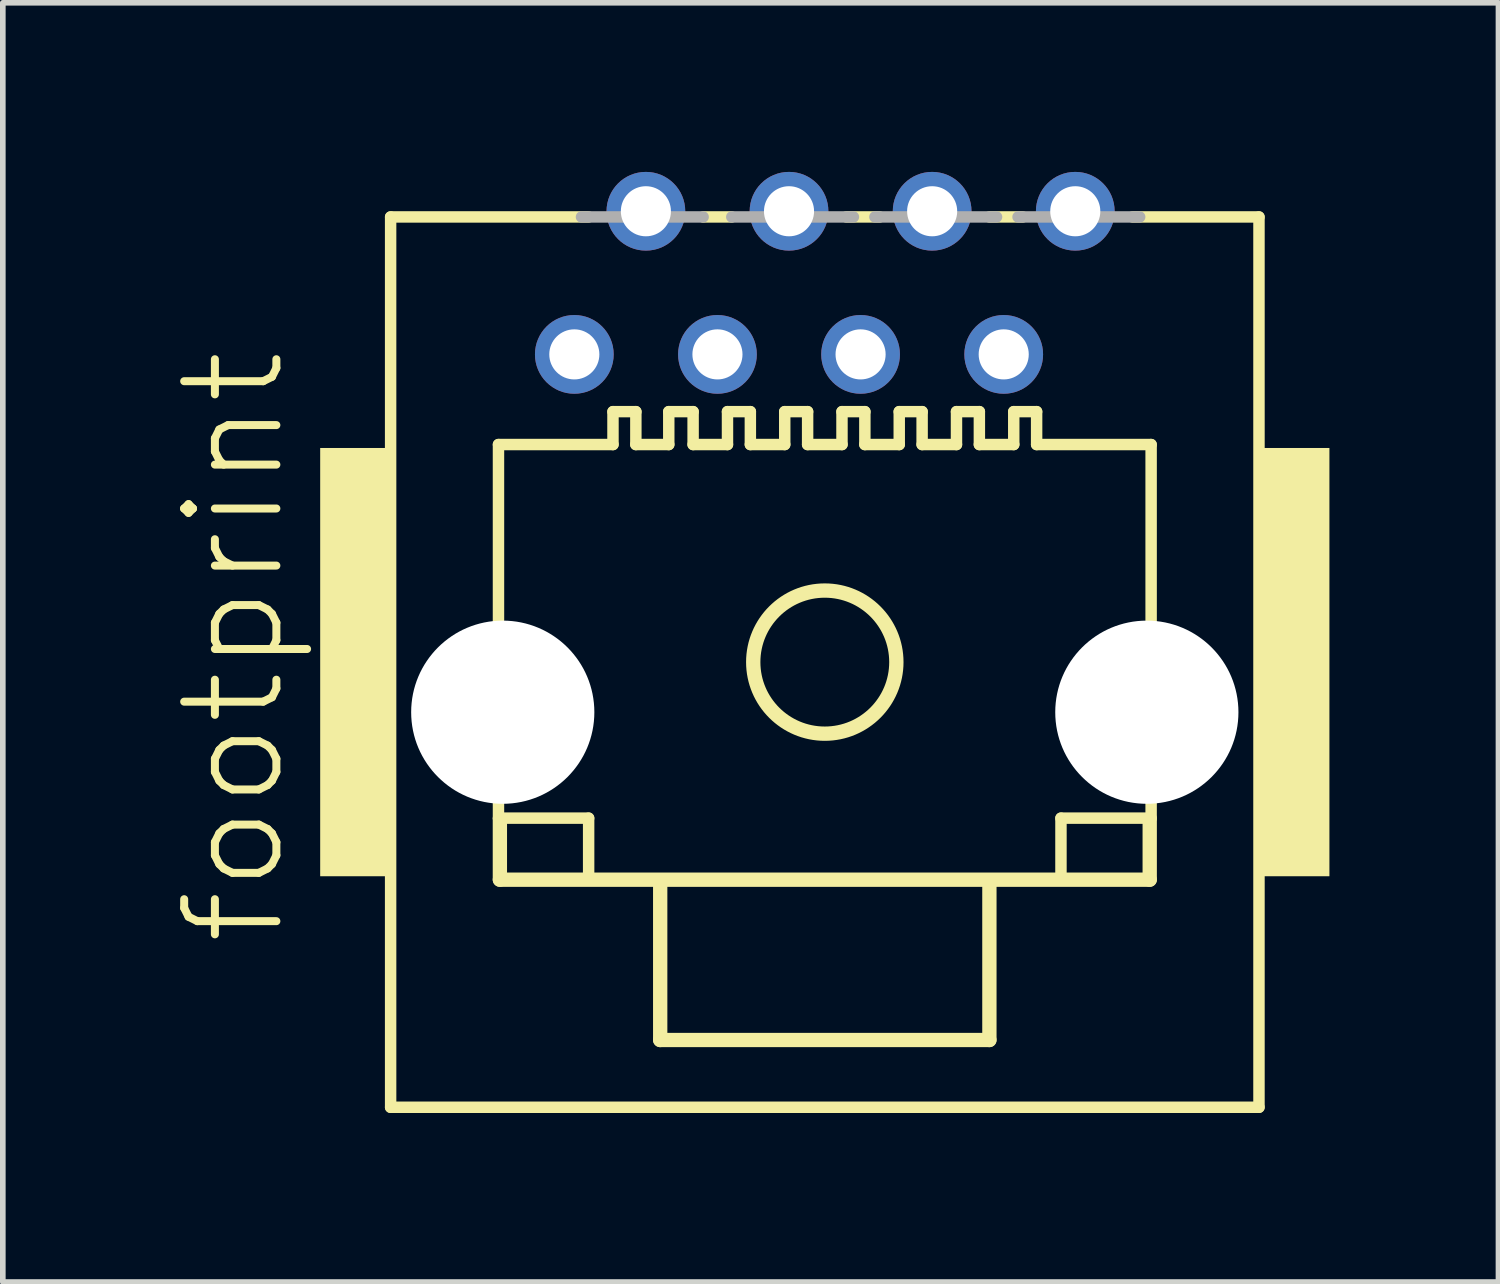
<source format=kicad_pcb>
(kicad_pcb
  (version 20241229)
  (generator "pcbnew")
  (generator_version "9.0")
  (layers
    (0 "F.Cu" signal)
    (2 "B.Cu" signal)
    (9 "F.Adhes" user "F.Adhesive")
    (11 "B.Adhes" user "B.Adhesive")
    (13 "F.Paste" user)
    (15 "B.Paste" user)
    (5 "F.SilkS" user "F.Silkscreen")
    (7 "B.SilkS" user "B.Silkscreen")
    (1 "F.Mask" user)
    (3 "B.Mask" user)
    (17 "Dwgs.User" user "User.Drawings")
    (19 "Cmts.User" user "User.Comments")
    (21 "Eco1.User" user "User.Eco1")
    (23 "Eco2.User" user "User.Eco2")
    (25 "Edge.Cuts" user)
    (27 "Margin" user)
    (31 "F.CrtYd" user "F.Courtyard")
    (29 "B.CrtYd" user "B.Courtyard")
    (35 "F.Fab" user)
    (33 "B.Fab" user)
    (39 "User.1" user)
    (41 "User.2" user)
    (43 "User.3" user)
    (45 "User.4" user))
  (footprint "footprint"
    (layer "F.Cu")
    (at 11.587 8.7)
    (property "Reference" "footprint" (at -9.525 5.08 90) (layer "F.SilkS") (effects (font (size 1.636 1.636) (thickness 0.142)) (justify left bottom)))
    (fp_line (start -7.705 -7.9) (end -7.705 7.9) (stroke (width 0.203) (type solid)) (layer "F.SilkS"))
    (fp_line (start -7.705 7.9) (end 7.705 7.9) (stroke (width 0.203) (type solid)) (layer "F.SilkS"))
    (fp_line (start -5.791 -3.861) (end -5.791 2.769) (stroke (width 0.203) (type solid)) (layer "F.SilkS"))
    (fp_line (start -5.791 2.769) (end -4.191 2.769) (stroke (width 0.203) (type solid)) (layer "F.SilkS"))
    (fp_line (start -5.766 3.861) (end -5.766 2.794) (stroke (width 0.254) (type solid)) (layer "F.SilkS"))
    (fp_line (start -4.191 -7.9) (end -7.705 -7.9) (stroke (width 0.203) (type solid)) (layer "F.SilkS"))
    (fp_line (start -4.191 2.769) (end -4.191 3.861) (stroke (width 0.203) (type solid)) (layer "F.SilkS"))
    (fp_line (start -3.759 -4.445) (end -3.759 -3.861) (stroke (width 0.203) (type solid)) (layer "F.SilkS"))
    (fp_line (start -3.759 -4.445) (end -3.353 -4.445) (stroke (width 0.203) (type solid)) (layer "F.SilkS"))
    (fp_line (start -3.759 -3.861) (end -5.791 -3.861) (stroke (width 0.203) (type solid)) (layer "F.SilkS"))
    (fp_line (start -3.353 -4.445) (end -3.353 -3.861) (stroke (width 0.203) (type solid)) (layer "F.SilkS"))
    (fp_line (start -2.921 3.912) (end -2.921 6.706) (stroke (width 0.254) (type solid)) (layer "F.SilkS"))
    (fp_line (start -2.921 6.706) (end 2.921 6.706) (stroke (width 0.254) (type solid)) (layer "F.SilkS"))
    (fp_line (start -2.769 -4.445) (end -2.769 -3.861) (stroke (width 0.203) (type solid)) (layer "F.SilkS"))
    (fp_line (start -2.769 -4.445) (end -2.337 -4.445) (stroke (width 0.203) (type solid)) (layer "F.SilkS"))
    (fp_line (start -2.769 -3.861) (end -3.353 -3.861) (stroke (width 0.203) (type solid)) (layer "F.SilkS"))
    (fp_line (start -2.337 -4.445) (end -2.337 -3.861) (stroke (width 0.203) (type solid)) (layer "F.SilkS"))
    (fp_line (start -1.727 -4.445) (end -1.727 -3.861) (stroke (width 0.203) (type solid)) (layer "F.SilkS"))
    (fp_line (start -1.727 -4.445) (end -1.321 -4.445) (stroke (width 0.203) (type solid)) (layer "F.SilkS"))
    (fp_line (start -1.727 -3.861) (end -2.337 -3.861) (stroke (width 0.203) (type solid)) (layer "F.SilkS"))
    (fp_line (start -1.651 -7.9) (end -2.159 -7.9) (stroke (width 0.203) (type solid)) (layer "F.SilkS"))
    (fp_line (start -1.321 -4.445) (end -1.321 -3.861) (stroke (width 0.203) (type solid)) (layer "F.SilkS"))
    (fp_line (start -0.711 -4.445) (end -0.711 -3.861) (stroke (width 0.203) (type solid)) (layer "F.SilkS"))
    (fp_line (start -0.711 -4.445) (end -0.305 -4.445) (stroke (width 0.203) (type solid)) (layer "F.SilkS"))
    (fp_line (start -0.711 -3.861) (end -1.321 -3.861) (stroke (width 0.203) (type solid)) (layer "F.SilkS"))
    (fp_line (start -0.305 -4.445) (end -0.305 -3.861) (stroke (width 0.203) (type solid)) (layer "F.SilkS"))
    (fp_line (start 0.305 -4.445) (end 0.305 -3.861) (stroke (width 0.203) (type solid)) (layer "F.SilkS"))
    (fp_line (start 0.305 -4.445) (end 0.711 -4.445) (stroke (width 0.203) (type solid)) (layer "F.SilkS"))
    (fp_line (start 0.305 -3.861) (end -0.305 -3.861) (stroke (width 0.203) (type solid)) (layer "F.SilkS"))
    (fp_line (start 0.711 -4.445) (end 0.711 -3.861) (stroke (width 0.203) (type solid)) (layer "F.SilkS"))
    (fp_line (start 0.974 -7.9) (end 0.381 -7.9) (stroke (width 0.203) (type solid)) (layer "F.SilkS"))
    (fp_line (start 1.321 -4.445) (end 1.321 -3.861) (stroke (width 0.203) (type solid)) (layer "F.SilkS"))
    (fp_line (start 1.321 -4.445) (end 1.727 -4.445) (stroke (width 0.203) (type solid)) (layer "F.SilkS"))
    (fp_line (start 1.321 -3.861) (end 0.711 -3.861) (stroke (width 0.203) (type solid)) (layer "F.SilkS"))
    (fp_line (start 1.727 -4.445) (end 1.727 -3.861) (stroke (width 0.203) (type solid)) (layer "F.SilkS"))
    (fp_line (start 2.337 -4.445) (end 2.337 -3.861) (stroke (width 0.203) (type solid)) (layer "F.SilkS"))
    (fp_line (start 2.337 -4.445) (end 2.743 -4.445) (stroke (width 0.203) (type solid)) (layer "F.SilkS"))
    (fp_line (start 2.337 -3.861) (end 1.727 -3.861) (stroke (width 0.203) (type solid)) (layer "F.SilkS"))
    (fp_line (start 2.743 -4.445) (end 2.743 -3.861) (stroke (width 0.203) (type solid)) (layer "F.SilkS"))
    (fp_line (start 2.921 6.706) (end 2.921 3.912) (stroke (width 0.254) (type solid)) (layer "F.SilkS"))
    (fp_line (start 3.353 -4.445) (end 3.353 -3.861) (stroke (width 0.203) (type solid)) (layer "F.SilkS"))
    (fp_line (start 3.353 -4.445) (end 3.759 -4.445) (stroke (width 0.203) (type solid)) (layer "F.SilkS"))
    (fp_line (start 3.353 -3.861) (end 2.743 -3.861) (stroke (width 0.203) (type solid)) (layer "F.SilkS"))
    (fp_line (start 3.514 -7.9) (end 2.921 -7.9) (stroke (width 0.203) (type solid)) (layer "F.SilkS"))
    (fp_line (start 3.759 -4.445) (end 3.759 -3.861) (stroke (width 0.203) (type solid)) (layer "F.SilkS"))
    (fp_line (start 4.191 2.769) (end 4.191 3.861) (stroke (width 0.203) (type solid)) (layer "F.SilkS"))
    (fp_line (start 5.766 2.819) (end 5.766 3.861) (stroke (width 0.254) (type solid)) (layer "F.SilkS"))
    (fp_line (start 5.766 3.861) (end -5.766 3.861) (stroke (width 0.254) (type solid)) (layer "F.SilkS"))
    (fp_line (start 5.791 -3.861) (end 3.759 -3.861) (stroke (width 0.203) (type solid)) (layer "F.SilkS"))
    (fp_line (start 5.791 -3.861) (end 5.791 2.769) (stroke (width 0.203) (type solid)) (layer "F.SilkS"))
    (fp_line (start 5.791 2.769) (end 4.191 2.769) (stroke (width 0.203) (type solid)) (layer "F.SilkS"))
    (fp_line (start 7.705 -7.9) (end 5.461 -7.9) (stroke (width 0.203) (type solid)) (layer "F.SilkS"))
    (fp_line (start 7.705 7.9) (end 7.705 -7.9) (stroke (width 0.203) (type solid)) (layer "F.SilkS"))
    (fp_circle (center 0 0) (end 1.27 0) (stroke (width 0.254) (type solid)) (fill no) (layer "F.SilkS"))
    (fp_poly (pts (xy -8.955 3.8) (xy -7.655 3.8) (xy -7.655 -3.8) (xy -8.955 -3.8)) (stroke (width 0) (type solid)) (fill yes) (layer "F.SilkS"))
    (fp_poly (pts (xy 7.655 3.8) (xy 8.955 3.8) (xy 8.955 -3.8) (xy 7.655 -3.8)) (stroke (width 0) (type solid)) (fill yes) (layer "F.SilkS"))
    (fp_line (start -2.159 -7.9) (end -4.318 -7.9) (stroke (width 0.203) (type solid)) (layer "F.Fab"))
    (fp_line (start 0.508 -7.9) (end -1.651 -7.9) (stroke (width 0.203) (type solid)) (layer "F.Fab"))
    (fp_line (start 3.048 -7.9) (end 0.889 -7.9) (stroke (width 0.203) (type solid)) (layer "F.Fab"))
    (fp_line (start 5.588 -7.9) (end 3.429 -7.9) (stroke (width 0.203) (type solid)) (layer "F.Fab"))
    (pad "" np_thru_hole circle (at -5.715 0.889) (size 3.251 3.251) (drill 3.251) (layers "*.Cu" "*.Mask"))
    (pad "" np_thru_hole circle (at 5.715 0.889) (size 3.251 3.251) (drill 3.251) (layers "*.Cu" "*.Mask"))
    (pad "1" thru_hole circle (at -4.445 -5.461) (size 1.397 1.397) (drill 0.889) (layers "*.Cu" "*.Mask"))
    (pad "2" thru_hole circle (at -3.175 -8.001) (size 1.397 1.397) (drill 0.889) (layers "*.Cu" "*.Mask"))
    (pad "3" thru_hole circle (at -1.905 -5.461) (size 1.397 1.397) (drill 0.889) (layers "*.Cu" "*.Mask"))
    (pad "4" thru_hole circle (at -0.635 -8.001) (size 1.397 1.397) (drill 0.889) (layers "*.Cu" "*.Mask"))
    (pad "5" thru_hole circle (at 0.635 -5.461) (size 1.397 1.397) (drill 0.889) (layers "*.Cu" "*.Mask"))
    (pad "6" thru_hole circle (at 1.905 -8.001) (size 1.397 1.397) (drill 0.889) (layers "*.Cu" "*.Mask"))
    (pad "7" thru_hole circle (at 3.175 -5.461) (size 1.397 1.397) (drill 0.889) (layers "*.Cu" "*.Mask"))
    (pad "8" thru_hole circle (at 4.445 -8.001) (size 1.397 1.397) (drill 0.889) (layers "*.Cu" "*.Mask")))
  (gr_rect
    (start -3 -3)
    (end 23.542 19.701)
    (stroke (width 0.1) (type default))
    (fill no)
    (layer "Edge.Cuts")))
</source>
